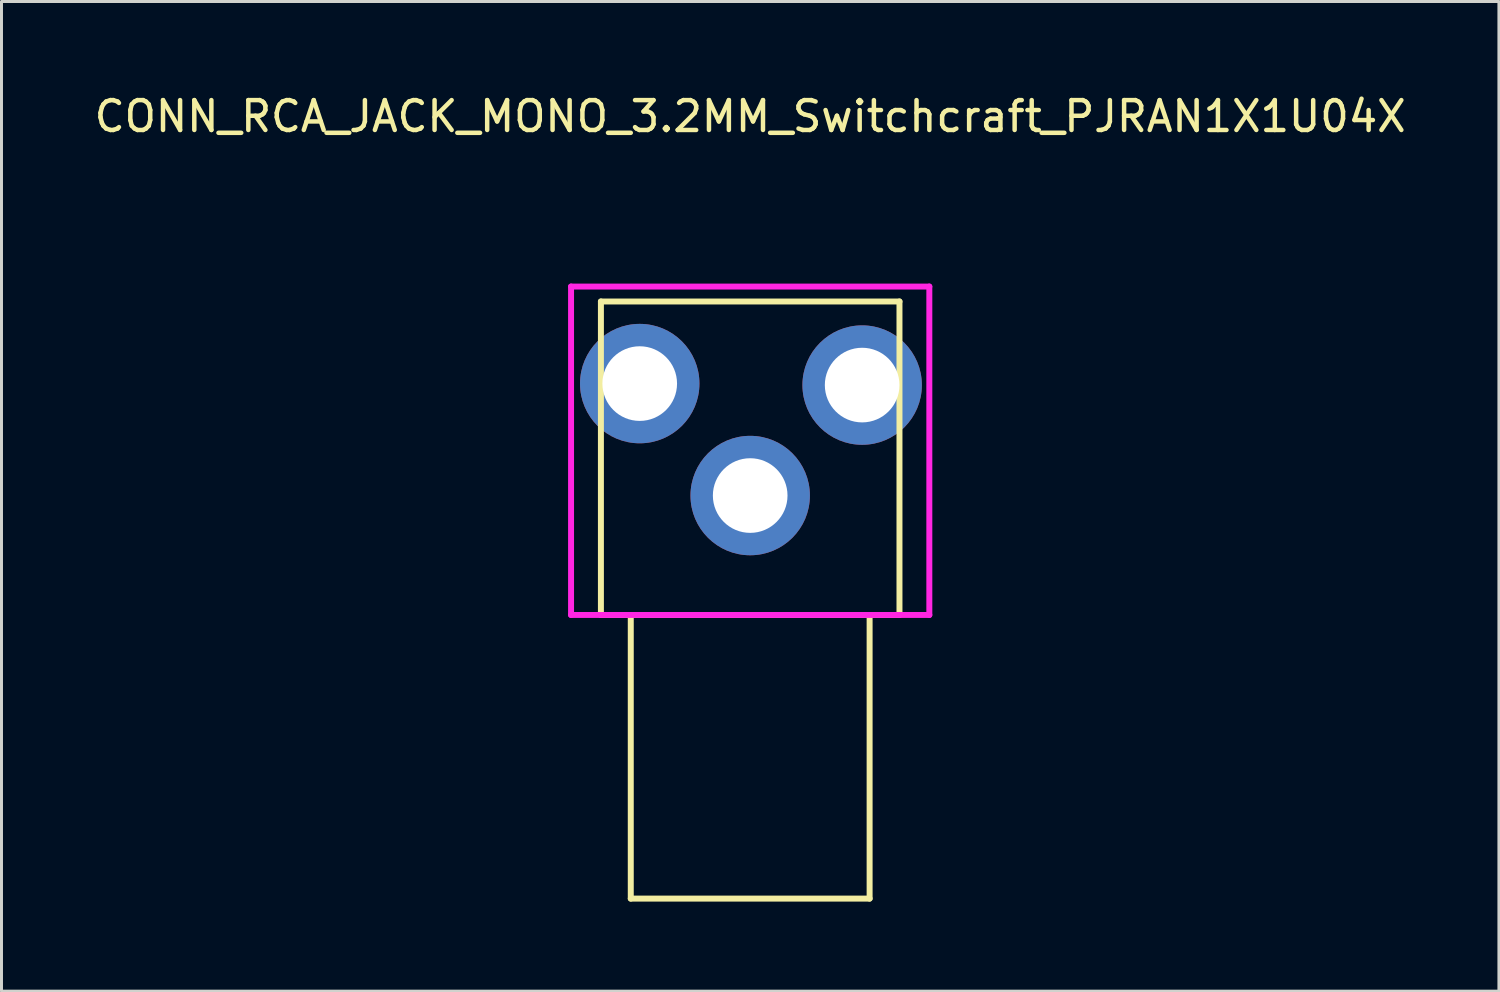
<source format=kicad_pcb>
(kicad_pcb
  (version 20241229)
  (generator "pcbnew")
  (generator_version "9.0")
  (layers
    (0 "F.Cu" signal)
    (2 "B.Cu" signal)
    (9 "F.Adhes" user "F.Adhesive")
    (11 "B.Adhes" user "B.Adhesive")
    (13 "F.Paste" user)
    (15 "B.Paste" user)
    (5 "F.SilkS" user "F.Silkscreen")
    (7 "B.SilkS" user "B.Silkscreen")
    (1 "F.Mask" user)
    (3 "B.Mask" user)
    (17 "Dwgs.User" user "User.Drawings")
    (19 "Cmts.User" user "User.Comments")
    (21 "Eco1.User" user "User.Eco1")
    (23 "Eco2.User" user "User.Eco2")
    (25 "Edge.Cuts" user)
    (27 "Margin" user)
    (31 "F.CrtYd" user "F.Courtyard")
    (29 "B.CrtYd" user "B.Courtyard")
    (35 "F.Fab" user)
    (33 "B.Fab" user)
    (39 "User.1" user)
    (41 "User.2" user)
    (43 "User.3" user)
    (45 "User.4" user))
  (footprint "CONN_RCA_JACK_MONO_3.2MM_Switchcraft_PJRAN1X1U04X"
    (layer "F.Cu")
    (at 22.077 13.548)
    (property "Reference" "CONN_RCA_JACK_MONO_3.2MM_Switchcraft_PJRAN1X1U04X" (at 0 -12.7 0) (layer "F.SilkS") (effects (font (size 1 1) (thickness 0.15))))
    (attr through_hole)
    (fp_line (start -5 -6.5) (end 5 -6.5) (stroke (width 0.2) (type solid)) (layer "F.SilkS"))
    (fp_line (start -5 4) (end -5 -6.5) (stroke (width 0.2) (type solid)) (layer "F.SilkS"))
    (fp_line (start -5 4) (end 5 4) (stroke (width 0.2) (type solid)) (layer "F.SilkS"))
    (fp_line (start -4 4) (end -4 13.5) (stroke (width 0.2) (type solid)) (layer "F.SilkS"))
    (fp_line (start -4 13.5) (end 4 13.5) (stroke (width 0.2) (type solid)) (layer "F.SilkS"))
    (fp_line (start 4 13.5) (end 4 4) (stroke (width 0.2) (type solid)) (layer "F.SilkS"))
    (fp_line (start 5 -6.5) (end 5 4) (stroke (width 0.2) (type solid)) (layer "F.SilkS"))
    (fp_line (start -6 -7) (end -6 4) (stroke (width 0.2) (type solid)) (layer "F.CrtYd"))
    (fp_line (start -6 4) (end 6 4) (stroke (width 0.2) (type solid)) (layer "F.CrtYd"))
    (fp_line (start 6 -7) (end -6 -7) (stroke (width 0.2) (type solid)) (layer "F.CrtYd"))
    (fp_line (start 6 4) (end 6 -7) (stroke (width 0.2) (type solid)) (layer "F.CrtYd"))
    (pad "1" thru_hole circle (at 0 0) (size 4 4) (drill 2.5) (layers "*.Cu" "*.Mask"))
    (pad "2" thru_hole circle (at -3.7 -3.75) (size 4 4) (drill 2.5) (layers "*.Cu" "*.Mask"))
    (pad "2" thru_hole circle (at 3.75 -3.7) (size 4 4) (drill 2.5) (layers "*.Cu" "*.Mask")))
  (gr_rect
    (start -3 -3)
    (end 47.155 30.148)
    (stroke (width 0.1) (type default))
    (fill no)
    (layer "Edge.Cuts")))
</source>
